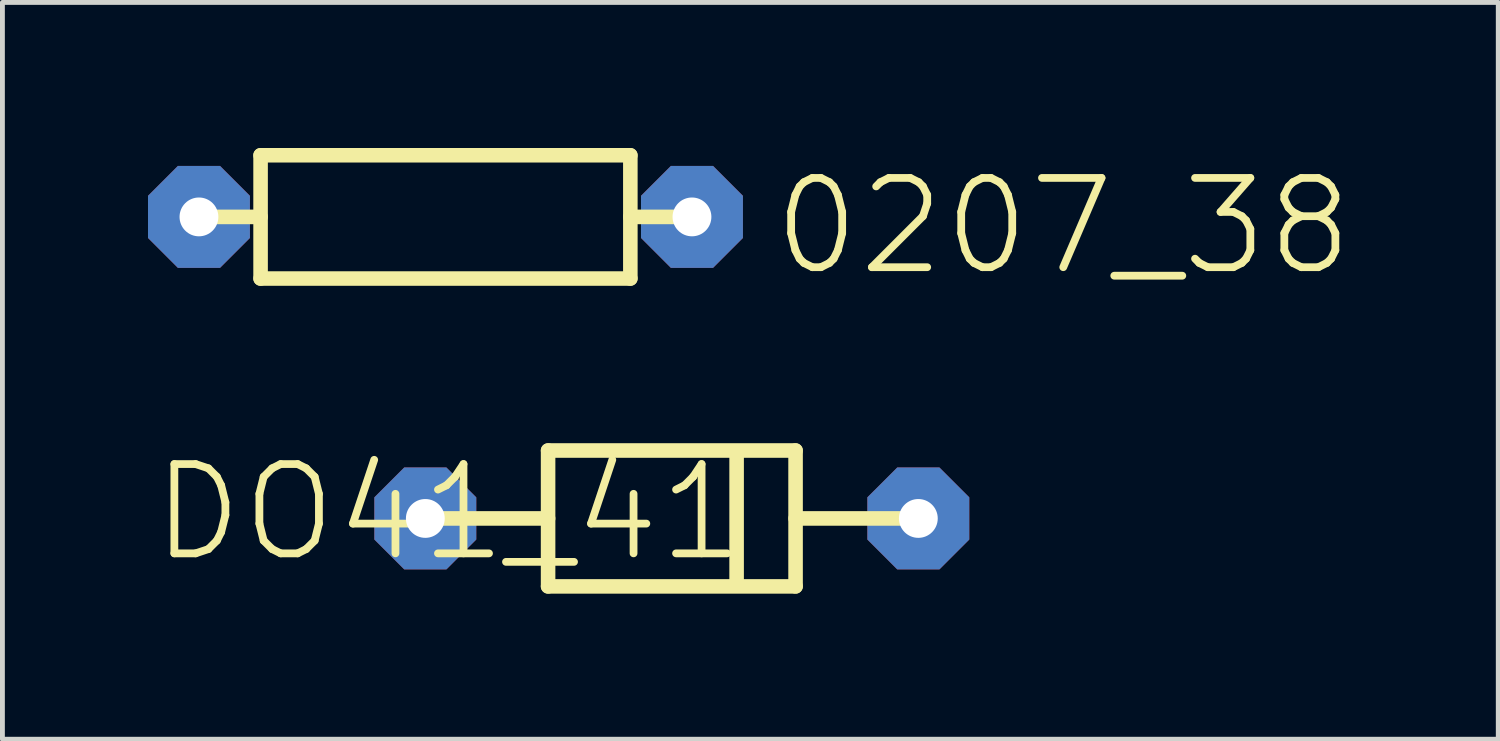
<source format=kicad_pcb>
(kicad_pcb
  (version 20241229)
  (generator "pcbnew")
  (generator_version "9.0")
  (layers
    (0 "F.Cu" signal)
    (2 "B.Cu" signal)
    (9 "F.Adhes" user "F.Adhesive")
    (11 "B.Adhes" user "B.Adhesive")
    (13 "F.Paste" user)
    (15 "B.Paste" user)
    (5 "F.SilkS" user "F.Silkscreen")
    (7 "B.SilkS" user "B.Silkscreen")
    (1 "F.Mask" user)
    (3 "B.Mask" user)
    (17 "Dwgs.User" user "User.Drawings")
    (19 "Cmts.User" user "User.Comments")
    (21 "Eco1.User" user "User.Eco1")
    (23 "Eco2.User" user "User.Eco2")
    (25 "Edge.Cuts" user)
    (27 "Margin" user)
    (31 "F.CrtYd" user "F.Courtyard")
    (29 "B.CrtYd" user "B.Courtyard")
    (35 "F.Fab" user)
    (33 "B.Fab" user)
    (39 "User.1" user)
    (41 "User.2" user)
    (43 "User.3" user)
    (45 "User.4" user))
  (footprint "DO41_41"
    (layer "F.Cu")
    (at 10.795 7.634)
    (property "Reference" "DO41_41" (at -10.795 0.953 0) (layer "F.SilkS") (effects (font (size 1.84 1.84) (thickness 0.16)) (justify left bottom)))
    (fp_line (start -5.08 0) (end -2.55 0) (stroke (width 0.3) (type solid)) (layer "F.SilkS"))
    (fp_line (start -2.55 -1.4) (end 2.55 -1.4) (stroke (width 0.3) (type solid)) (layer "F.SilkS"))
    (fp_line (start -2.55 1.4) (end -2.55 -1.4) (stroke (width 0.3) (type solid)) (layer "F.SilkS"))
    (fp_line (start -2.55 1.4) (end 2.55 1.4) (stroke (width 0.3) (type solid)) (layer "F.SilkS"))
    (fp_line (start 1.335 -1.35) (end 1.335 1.35) (stroke (width 0.3) (type solid)) (layer "F.SilkS"))
    (fp_line (start 2.55 -1.4) (end 2.55 1.4) (stroke (width 0.3) (type solid)) (layer "F.SilkS"))
    (fp_line (start 2.55 0) (end 5.08 0) (stroke (width 0.3) (type solid)) (layer "F.SilkS"))
    (pad "1" thru_hole roundrect (at -5.08 0) (size 2.1 2.1) (drill 0.8) (layers "*.Cu" "*.Mask") (roundrect_rratio 0.25) (chamfer_ratio 0.293) (chamfer top_left top_right bottom_left bottom_right))
    (pad "2" thru_hole roundrect (at 5.08 0) (size 2.1 2.1) (drill 0.8) (layers "*.Cu" "*.Mask") (roundrect_rratio 0.25) (chamfer_ratio 0.293) (chamfer top_left top_right bottom_left bottom_right)))
  (footprint "0207_38"
    (layer "F.Cu")
    (at 6.13 1.42)
    (property "Reference" "0207_38" (at 6.668 1.27 0) (layer "F.SilkS") (effects (font (size 1.84 1.84) (thickness 0.16)) (justify left bottom)))
    (fp_line (start -5.08 0) (end -3.81 0) (stroke (width 0.3) (type solid)) (layer "F.SilkS"))
    (fp_line (start -3.81 -1.27) (end 3.81 -1.27) (stroke (width 0.3) (type solid)) (layer "F.SilkS"))
    (fp_line (start -3.81 1.27) (end -3.81 -1.27) (stroke (width 0.3) (type solid)) (layer "F.SilkS"))
    (fp_line (start 3.81 -1.27) (end 3.81 1.27) (stroke (width 0.3) (type solid)) (layer "F.SilkS"))
    (fp_line (start 3.81 0) (end 5.08 0) (stroke (width 0.3) (type solid)) (layer "F.SilkS"))
    (fp_line (start 3.81 1.27) (end -3.81 1.27) (stroke (width 0.3) (type solid)) (layer "F.SilkS"))
    (pad "1" thru_hole roundrect (at -5.08 0) (size 2.1 2.1) (drill 0.8) (layers "*.Cu" "*.Mask") (roundrect_rratio 0.25) (chamfer_ratio 0.293) (chamfer top_left top_right bottom_left bottom_right))
    (pad "2" thru_hole roundrect (at 5.08 0) (size 2.1 2.1) (drill 0.8) (layers "*.Cu" "*.Mask") (roundrect_rratio 0.25) (chamfer_ratio 0.293) (chamfer top_left top_right bottom_left bottom_right)))
  (gr_rect
    (start -3 -3)
    (end 27.826 12.184)
    (stroke (width 0.1) (type default))
    (fill no)
    (layer "Edge.Cuts")))
</source>
